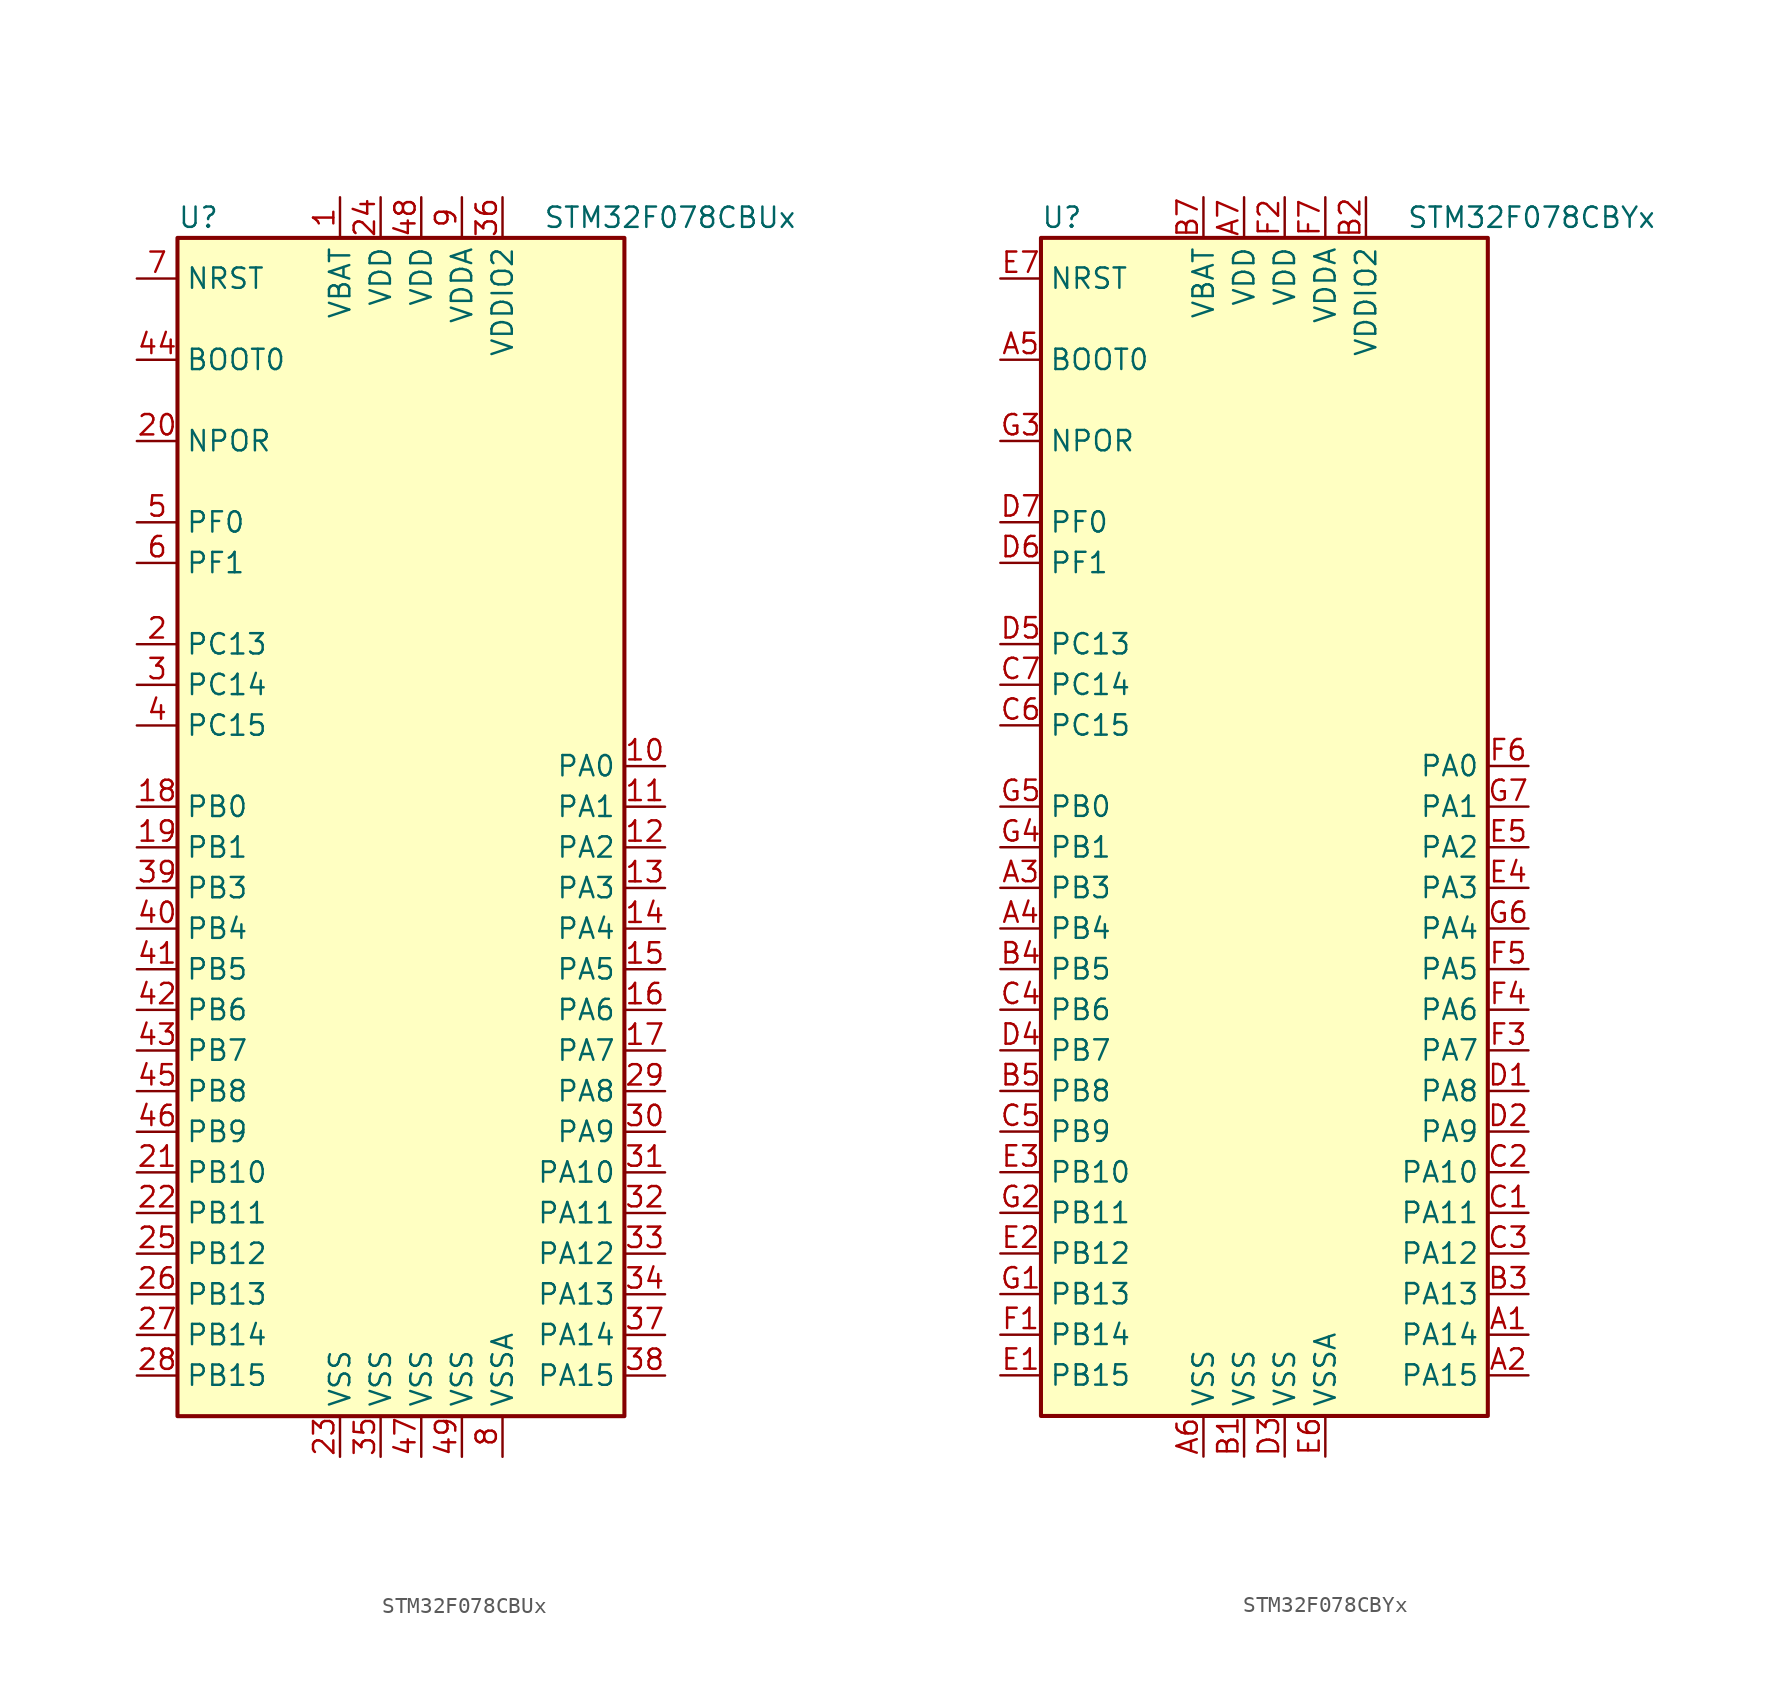
<source format=kicad_sym>
(kicad_symbol_lib
  (version 20201005)
  (generator kicad_symbol_editor)
  (symbol "MCU_ST_STM32F0:STM32F078CBUx"
    (property "Reference" "U"
      (at -15.24 36.83 0)
      (effects (font (size 1.27 1.27)) (justify left)))
    (property "Value" "STM32F078CBUx"
      (at 7.62 36.83 0)
      (effects (font (size 1.27 1.27)) (justify left)))
    (symbol "STM32F078CBUx_0_1"
      (rectangle (start -15.24 -38.1) (end 12.7 35.56) (stroke (width 0.254)) (fill (type background))))
    (symbol "STM32F078CBUx_1_1"
      (pin power_in line (at -5.08 38.1 270) (length 2.54) (name "VBAT" (effects (font (size 1.27 1.27)))) (number "1" (effects (font (size 1.27 1.27)))))
      (pin bidirectional line (at 15.24 2.54 180) (length 2.54) (name "PA0" (effects (font (size 1.27 1.27)))) (number "10" (effects (font (size 1.27 1.27)))))
      (pin bidirectional line (at 15.24 0 180) (length 2.54) (name "PA1" (effects (font (size 1.27 1.27)))) (number "11" (effects (font (size 1.27 1.27)))))
      (pin bidirectional line (at 15.24 -2.54 180) (length 2.54) (name "PA2" (effects (font (size 1.27 1.27)))) (number "12" (effects (font (size 1.27 1.27)))))
      (pin bidirectional line (at 15.24 -5.08 180) (length 2.54) (name "PA3" (effects (font (size 1.27 1.27)))) (number "13" (effects (font (size 1.27 1.27)))))
      (pin bidirectional line (at 15.24 -7.62 180) (length 2.54) (name "PA4" (effects (font (size 1.27 1.27)))) (number "14" (effects (font (size 1.27 1.27)))))
      (pin bidirectional line (at 15.24 -10.16 180) (length 2.54) (name "PA5" (effects (font (size 1.27 1.27)))) (number "15" (effects (font (size 1.27 1.27)))))
      (pin bidirectional line (at 15.24 -12.7 180) (length 2.54) (name "PA6" (effects (font (size 1.27 1.27)))) (number "16" (effects (font (size 1.27 1.27)))))
      (pin bidirectional line (at 15.24 -15.24 180) (length 2.54) (name "PA7" (effects (font (size 1.27 1.27)))) (number "17" (effects (font (size 1.27 1.27)))))
      (pin bidirectional line (at -17.78 0 0) (length 2.54) (name "PB0" (effects (font (size 1.27 1.27)))) (number "18" (effects (font (size 1.27 1.27)))))
      (pin bidirectional line (at -17.78 -2.54 0) (length 2.54) (name "PB1" (effects (font (size 1.27 1.27)))) (number "19" (effects (font (size 1.27 1.27)))))
      (pin bidirectional line (at -17.78 10.16 0) (length 2.54) (name "PC13" (effects (font (size 1.27 1.27)))) (number "2" (effects (font (size 1.27 1.27)))))
      (pin power_in line (at -17.78 22.86 0) (length 2.54) (name "NPOR" (effects (font (size 1.27 1.27)))) (number "20" (effects (font (size 1.27 1.27)))))
      (pin bidirectional line (at -17.78 -22.86 0) (length 2.54) (name "PB10" (effects (font (size 1.27 1.27)))) (number "21" (effects (font (size 1.27 1.27)))))
      (pin bidirectional line (at -17.78 -25.4 0) (length 2.54) (name "PB11" (effects (font (size 1.27 1.27)))) (number "22" (effects (font (size 1.27 1.27)))))
      (pin power_in line (at -5.08 -40.64 90) (length 2.54) (name "VSS" (effects (font (size 1.27 1.27)))) (number "23" (effects (font (size 1.27 1.27)))))
      (pin power_in line (at -2.54 38.1 270) (length 2.54) (name "VDD" (effects (font (size 1.27 1.27)))) (number "24" (effects (font (size 1.27 1.27)))))
      (pin bidirectional line (at -17.78 -27.94 0) (length 2.54) (name "PB12" (effects (font (size 1.27 1.27)))) (number "25" (effects (font (size 1.27 1.27)))))
      (pin bidirectional line (at -17.78 -30.48 0) (length 2.54) (name "PB13" (effects (font (size 1.27 1.27)))) (number "26" (effects (font (size 1.27 1.27)))))
      (pin bidirectional line (at -17.78 -33.02 0) (length 2.54) (name "PB14" (effects (font (size 1.27 1.27)))) (number "27" (effects (font (size 1.27 1.27)))))
      (pin bidirectional line (at -17.78 -35.56 0) (length 2.54) (name "PB15" (effects (font (size 1.27 1.27)))) (number "28" (effects (font (size 1.27 1.27)))))
      (pin bidirectional line (at 15.24 -17.78 180) (length 2.54) (name "PA8" (effects (font (size 1.27 1.27)))) (number "29" (effects (font (size 1.27 1.27)))))
      (pin bidirectional line (at -17.78 7.62 0) (length 2.54) (name "PC14" (effects (font (size 1.27 1.27)))) (number "3" (effects (font (size 1.27 1.27)))))
      (pin bidirectional line (at 15.24 -20.32 180) (length 2.54) (name "PA9" (effects (font (size 1.27 1.27)))) (number "30" (effects (font (size 1.27 1.27)))))
      (pin bidirectional line (at 15.24 -22.86 180) (length 2.54) (name "PA10" (effects (font (size 1.27 1.27)))) (number "31" (effects (font (size 1.27 1.27)))))
      (pin bidirectional line (at 15.24 -25.4 180) (length 2.54) (name "PA11" (effects (font (size 1.27 1.27)))) (number "32" (effects (font (size 1.27 1.27)))))
      (pin bidirectional line (at 15.24 -27.94 180) (length 2.54) (name "PA12" (effects (font (size 1.27 1.27)))) (number "33" (effects (font (size 1.27 1.27)))))
      (pin bidirectional line (at 15.24 -30.48 180) (length 2.54) (name "PA13" (effects (font (size 1.27 1.27)))) (number "34" (effects (font (size 1.27 1.27)))))
      (pin power_in line (at -2.54 -40.64 90) (length 2.54) (name "VSS" (effects (font (size 1.27 1.27)))) (number "35" (effects (font (size 1.27 1.27)))))
      (pin power_in line (at 5.08 38.1 270) (length 2.54) (name "VDDIO2" (effects (font (size 1.27 1.27)))) (number "36" (effects (font (size 1.27 1.27)))))
      (pin bidirectional line (at 15.24 -33.02 180) (length 2.54) (name "PA14" (effects (font (size 1.27 1.27)))) (number "37" (effects (font (size 1.27 1.27)))))
      (pin bidirectional line (at 15.24 -35.56 180) (length 2.54) (name "PA15" (effects (font (size 1.27 1.27)))) (number "38" (effects (font (size 1.27 1.27)))))
      (pin bidirectional line (at -17.78 -5.08 0) (length 2.54) (name "PB3" (effects (font (size 1.27 1.27)))) (number "39" (effects (font (size 1.27 1.27)))))
      (pin bidirectional line (at -17.78 5.08 0) (length 2.54) (name "PC15" (effects (font (size 1.27 1.27)))) (number "4" (effects (font (size 1.27 1.27)))))
      (pin bidirectional line (at -17.78 -7.62 0) (length 2.54) (name "PB4" (effects (font (size 1.27 1.27)))) (number "40" (effects (font (size 1.27 1.27)))))
      (pin bidirectional line (at -17.78 -10.16 0) (length 2.54) (name "PB5" (effects (font (size 1.27 1.27)))) (number "41" (effects (font (size 1.27 1.27)))))
      (pin bidirectional line (at -17.78 -12.7 0) (length 2.54) (name "PB6" (effects (font (size 1.27 1.27)))) (number "42" (effects (font (size 1.27 1.27)))))
      (pin bidirectional line (at -17.78 -15.24 0) (length 2.54) (name "PB7" (effects (font (size 1.27 1.27)))) (number "43" (effects (font (size 1.27 1.27)))))
      (pin input line (at -17.78 27.94 0) (length 2.54) (name "BOOT0" (effects (font (size 1.27 1.27)))) (number "44" (effects (font (size 1.27 1.27)))))
      (pin bidirectional line (at -17.78 -17.78 0) (length 2.54) (name "PB8" (effects (font (size 1.27 1.27)))) (number "45" (effects (font (size 1.27 1.27)))))
      (pin bidirectional line (at -17.78 -20.32 0) (length 2.54) (name "PB9" (effects (font (size 1.27 1.27)))) (number "46" (effects (font (size 1.27 1.27)))))
      (pin power_in line (at 0 -40.64 90) (length 2.54) (name "VSS" (effects (font (size 1.27 1.27)))) (number "47" (effects (font (size 1.27 1.27)))))
      (pin power_in line (at 0 38.1 270) (length 2.54) (name "VDD" (effects (font (size 1.27 1.27)))) (number "48" (effects (font (size 1.27 1.27)))))
      (pin power_in line (at 2.54 -40.64 90) (length 2.54) (name "VSS" (effects (font (size 1.27 1.27)))) (number "49" (effects (font (size 1.27 1.27)))))
      (pin input line (at -17.78 17.78 0) (length 2.54) (name "PF0" (effects (font (size 1.27 1.27)))) (number "5" (effects (font (size 1.27 1.27)))))
      (pin input line (at -17.78 15.24 0) (length 2.54) (name "PF1" (effects (font (size 1.27 1.27)))) (number "6" (effects (font (size 1.27 1.27)))))
      (pin input line (at -17.78 33.02 0) (length 2.54) (name "NRST" (effects (font (size 1.27 1.27)))) (number "7" (effects (font (size 1.27 1.27)))))
      (pin power_in line (at 5.08 -40.64 90) (length 2.54) (name "VSSA" (effects (font (size 1.27 1.27)))) (number "8" (effects (font (size 1.27 1.27)))))
      (pin power_in line (at 2.54 38.1 270) (length 2.54) (name "VDDA" (effects (font (size 1.27 1.27)))) (number "9" (effects (font (size 1.27 1.27)))))))
  (symbol "MCU_ST_STM32F0:STM32F078CBYx"
    (property "Reference" "U"
      (at -15.24 36.83 0)
      (effects (font (size 1.27 1.27)) (justify left)))
    (property "Value" "STM32F078CBYx"
      (at 7.62 36.83 0)
      (effects (font (size 1.27 1.27)) (justify left)))
    (symbol "STM32F078CBYx_0_1"
      (rectangle (start -15.24 -38.1) (end 12.7 35.56) (stroke (width 0.254)) (fill (type background))))
    (symbol "STM32F078CBYx_1_1"
      (pin bidirectional line (at 15.24 -33.02 180) (length 2.54) (name "PA14" (effects (font (size 1.27 1.27)))) (number "A1" (effects (font (size 1.27 1.27)))))
      (pin bidirectional line (at 15.24 -35.56 180) (length 2.54) (name "PA15" (effects (font (size 1.27 1.27)))) (number "A2" (effects (font (size 1.27 1.27)))))
      (pin bidirectional line (at -17.78 -5.08 0) (length 2.54) (name "PB3" (effects (font (size 1.27 1.27)))) (number "A3" (effects (font (size 1.27 1.27)))))
      (pin bidirectional line (at -17.78 -7.62 0) (length 2.54) (name "PB4" (effects (font (size 1.27 1.27)))) (number "A4" (effects (font (size 1.27 1.27)))))
      (pin input line (at -17.78 27.94 0) (length 2.54) (name "BOOT0" (effects (font (size 1.27 1.27)))) (number "A5" (effects (font (size 1.27 1.27)))))
      (pin power_in line (at -5.08 -40.64 90) (length 2.54) (name "VSS" (effects (font (size 1.27 1.27)))) (number "A6" (effects (font (size 1.27 1.27)))))
      (pin power_in line (at -2.54 38.1 270) (length 2.54) (name "VDD" (effects (font (size 1.27 1.27)))) (number "A7" (effects (font (size 1.27 1.27)))))
      (pin power_in line (at -2.54 -40.64 90) (length 2.54) (name "VSS" (effects (font (size 1.27 1.27)))) (number "B1" (effects (font (size 1.27 1.27)))))
      (pin power_in line (at 5.08 38.1 270) (length 2.54) (name "VDDIO2" (effects (font (size 1.27 1.27)))) (number "B2" (effects (font (size 1.27 1.27)))))
      (pin bidirectional line (at 15.24 -30.48 180) (length 2.54) (name "PA13" (effects (font (size 1.27 1.27)))) (number "B3" (effects (font (size 1.27 1.27)))))
      (pin bidirectional line (at -17.78 -10.16 0) (length 2.54) (name "PB5" (effects (font (size 1.27 1.27)))) (number "B4" (effects (font (size 1.27 1.27)))))
      (pin bidirectional line (at -17.78 -17.78 0) (length 2.54) (name "PB8" (effects (font (size 1.27 1.27)))) (number "B5" (effects (font (size 1.27 1.27)))))
      (pin no_connect line (at -15.24 -35.56 0) (length 2.54) hide (name "NC" (effects (font (size 1.27 1.27)))) (number "B6" (effects (font (size 1.27 1.27)))))
      (pin power_in line (at -5.08 38.1 270) (length 2.54) (name "VBAT" (effects (font (size 1.27 1.27)))) (number "B7" (effects (font (size 1.27 1.27)))))
      (pin bidirectional line (at 15.24 -25.4 180) (length 2.54) (name "PA11" (effects (font (size 1.27 1.27)))) (number "C1" (effects (font (size 1.27 1.27)))))
      (pin bidirectional line (at 15.24 -22.86 180) (length 2.54) (name "PA10" (effects (font (size 1.27 1.27)))) (number "C2" (effects (font (size 1.27 1.27)))))
      (pin bidirectional line (at 15.24 -27.94 180) (length 2.54) (name "PA12" (effects (font (size 1.27 1.27)))) (number "C3" (effects (font (size 1.27 1.27)))))
      (pin bidirectional line (at -17.78 -12.7 0) (length 2.54) (name "PB6" (effects (font (size 1.27 1.27)))) (number "C4" (effects (font (size 1.27 1.27)))))
      (pin bidirectional line (at -17.78 -20.32 0) (length 2.54) (name "PB9" (effects (font (size 1.27 1.27)))) (number "C5" (effects (font (size 1.27 1.27)))))
      (pin bidirectional line (at -17.78 5.08 0) (length 2.54) (name "PC15" (effects (font (size 1.27 1.27)))) (number "C6" (effects (font (size 1.27 1.27)))))
      (pin bidirectional line (at -17.78 7.62 0) (length 2.54) (name "PC14" (effects (font (size 1.27 1.27)))) (number "C7" (effects (font (size 1.27 1.27)))))
      (pin bidirectional line (at 15.24 -17.78 180) (length 2.54) (name "PA8" (effects (font (size 1.27 1.27)))) (number "D1" (effects (font (size 1.27 1.27)))))
      (pin bidirectional line (at 15.24 -20.32 180) (length 2.54) (name "PA9" (effects (font (size 1.27 1.27)))) (number "D2" (effects (font (size 1.27 1.27)))))
      (pin power_in line (at 0 -40.64 90) (length 2.54) (name "VSS" (effects (font (size 1.27 1.27)))) (number "D3" (effects (font (size 1.27 1.27)))))
      (pin bidirectional line (at -17.78 -15.24 0) (length 2.54) (name "PB7" (effects (font (size 1.27 1.27)))) (number "D4" (effects (font (size 1.27 1.27)))))
      (pin bidirectional line (at -17.78 10.16 0) (length 2.54) (name "PC13" (effects (font (size 1.27 1.27)))) (number "D5" (effects (font (size 1.27 1.27)))))
      (pin input line (at -17.78 15.24 0) (length 2.54) (name "PF1" (effects (font (size 1.27 1.27)))) (number "D6" (effects (font (size 1.27 1.27)))))
      (pin input line (at -17.78 17.78 0) (length 2.54) (name "PF0" (effects (font (size 1.27 1.27)))) (number "D7" (effects (font (size 1.27 1.27)))))
      (pin bidirectional line (at -17.78 -35.56 0) (length 2.54) (name "PB15" (effects (font (size 1.27 1.27)))) (number "E1" (effects (font (size 1.27 1.27)))))
      (pin bidirectional line (at -17.78 -27.94 0) (length 2.54) (name "PB12" (effects (font (size 1.27 1.27)))) (number "E2" (effects (font (size 1.27 1.27)))))
      (pin bidirectional line (at -17.78 -22.86 0) (length 2.54) (name "PB10" (effects (font (size 1.27 1.27)))) (number "E3" (effects (font (size 1.27 1.27)))))
      (pin bidirectional line (at 15.24 -5.08 180) (length 2.54) (name "PA3" (effects (font (size 1.27 1.27)))) (number "E4" (effects (font (size 1.27 1.27)))))
      (pin bidirectional line (at 15.24 -2.54 180) (length 2.54) (name "PA2" (effects (font (size 1.27 1.27)))) (number "E5" (effects (font (size 1.27 1.27)))))
      (pin power_in line (at 2.54 -40.64 90) (length 2.54) (name "VSSA" (effects (font (size 1.27 1.27)))) (number "E6" (effects (font (size 1.27 1.27)))))
      (pin input line (at -17.78 33.02 0) (length 2.54) (name "NRST" (effects (font (size 1.27 1.27)))) (number "E7" (effects (font (size 1.27 1.27)))))
      (pin bidirectional line (at -17.78 -33.02 0) (length 2.54) (name "PB14" (effects (font (size 1.27 1.27)))) (number "F1" (effects (font (size 1.27 1.27)))))
      (pin power_in line (at 0 38.1 270) (length 2.54) (name "VDD" (effects (font (size 1.27 1.27)))) (number "F2" (effects (font (size 1.27 1.27)))))
      (pin bidirectional line (at 15.24 -15.24 180) (length 2.54) (name "PA7" (effects (font (size 1.27 1.27)))) (number "F3" (effects (font (size 1.27 1.27)))))
      (pin bidirectional line (at 15.24 -12.7 180) (length 2.54) (name "PA6" (effects (font (size 1.27 1.27)))) (number "F4" (effects (font (size 1.27 1.27)))))
      (pin bidirectional line (at 15.24 -10.16 180) (length 2.54) (name "PA5" (effects (font (size 1.27 1.27)))) (number "F5" (effects (font (size 1.27 1.27)))))
      (pin bidirectional line (at 15.24 2.54 180) (length 2.54) (name "PA0" (effects (font (size 1.27 1.27)))) (number "F6" (effects (font (size 1.27 1.27)))))
      (pin power_in line (at 2.54 38.1 270) (length 2.54) (name "VDDA" (effects (font (size 1.27 1.27)))) (number "F7" (effects (font (size 1.27 1.27)))))
      (pin bidirectional line (at -17.78 -30.48 0) (length 2.54) (name "PB13" (effects (font (size 1.27 1.27)))) (number "G1" (effects (font (size 1.27 1.27)))))
      (pin bidirectional line (at -17.78 -25.4 0) (length 2.54) (name "PB11" (effects (font (size 1.27 1.27)))) (number "G2" (effects (font (size 1.27 1.27)))))
      (pin power_in line (at -17.78 22.86 0) (length 2.54) (name "NPOR" (effects (font (size 1.27 1.27)))) (number "G3" (effects (font (size 1.27 1.27)))))
      (pin bidirectional line (at -17.78 -2.54 0) (length 2.54) (name "PB1" (effects (font (size 1.27 1.27)))) (number "G4" (effects (font (size 1.27 1.27)))))
      (pin bidirectional line (at -17.78 0 0) (length 2.54) (name "PB0" (effects (font (size 1.27 1.27)))) (number "G5" (effects (font (size 1.27 1.27)))))
      (pin bidirectional line (at 15.24 -7.62 180) (length 2.54) (name "PA4" (effects (font (size 1.27 1.27)))) (number "G6" (effects (font (size 1.27 1.27)))))
      (pin bidirectional line (at 15.24 0 180) (length 2.54) (name "PA1" (effects (font (size 1.27 1.27)))) (number "G7" (effects (font (size 1.27 1.27))))))))
</source>
